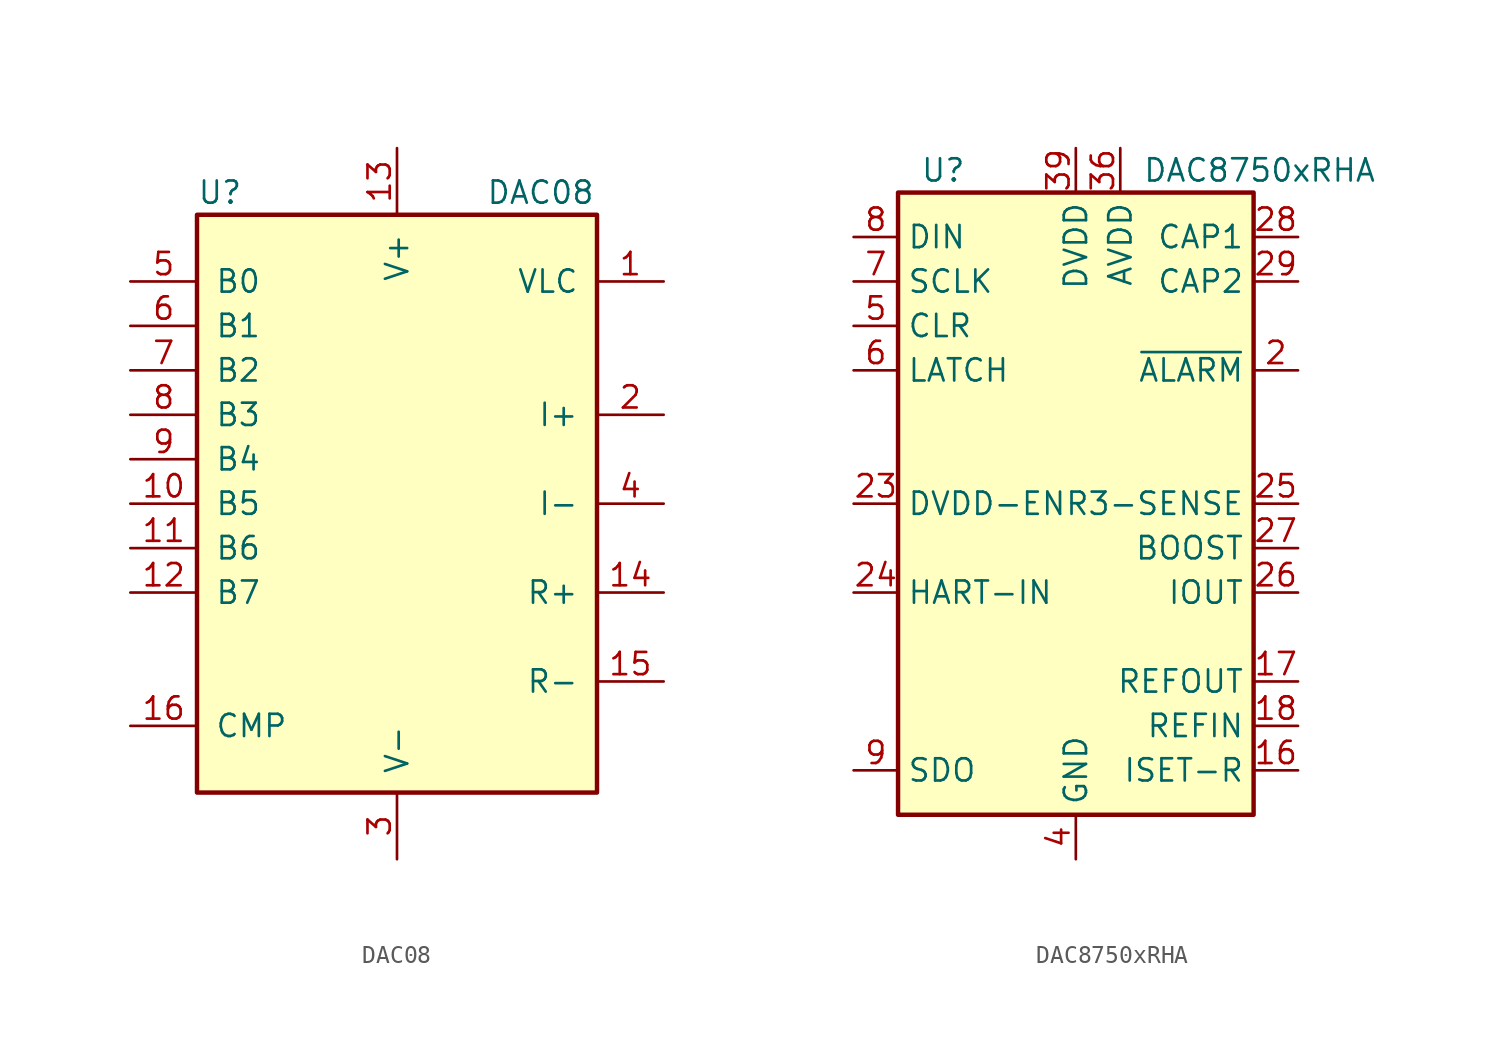
<source format=kicad_sym>
(kicad_symbol_lib
  (version 20201005)
  (generator kicad_symbol_editor)
  (symbol "DAC08"
    (pin_names
      (offset 1.016))
    (property "Reference" "U"
      (at -11.43 17.78 0)
      (effects (font (size 1.27 1.27)) (justify left)))
    (property "Value" "DAC08"
      (at 5.08 17.78 0)
      (effects (font (size 1.27 1.27)) (justify left)))
    (symbol "DAC08_0_1"
      (rectangle (start -11.43 -16.51) (end 11.43 16.51) (stroke (width 0.254)) (fill (type background))))
    (symbol "DAC08_1_1"
      (pin input line (at 15.24 12.7 180) (length 3.81) (name "VLC" (effects (font (size 1.27 1.27)))) (number "1" (effects (font (size 1.27 1.27)))))
      (pin input line (at -15.24 0 0) (length 3.81) (name "B5" (effects (font (size 1.27 1.27)))) (number "10" (effects (font (size 1.27 1.27)))))
      (pin input line (at -15.24 -2.54 0) (length 3.81) (name "B6" (effects (font (size 1.27 1.27)))) (number "11" (effects (font (size 1.27 1.27)))))
      (pin input line (at -15.24 -5.08 0) (length 3.81) (name "B7" (effects (font (size 1.27 1.27)))) (number "12" (effects (font (size 1.27 1.27)))))
      (pin power_in line (at 0 20.32 270) (length 3.81) (name "V+" (effects (font (size 1.27 1.27)))) (number "13" (effects (font (size 1.27 1.27)))))
      (pin input line (at 15.24 -5.08 180) (length 3.81) (name "R+" (effects (font (size 1.27 1.27)))) (number "14" (effects (font (size 1.27 1.27)))))
      (pin input line (at 15.24 -10.16 180) (length 3.81) (name "R-" (effects (font (size 1.27 1.27)))) (number "15" (effects (font (size 1.27 1.27)))))
      (pin input line (at -15.24 -12.7 0) (length 3.81) (name "CMP" (effects (font (size 1.27 1.27)))) (number "16" (effects (font (size 1.27 1.27)))))
      (pin output line (at 15.24 5.08 180) (length 3.81) (name "I+" (effects (font (size 1.27 1.27)))) (number "2" (effects (font (size 1.27 1.27)))))
      (pin power_in line (at 0 -20.32 90) (length 3.81) (name "V-" (effects (font (size 1.27 1.27)))) (number "3" (effects (font (size 1.27 1.27)))))
      (pin output line (at 15.24 0 180) (length 3.81) (name "I-" (effects (font (size 1.27 1.27)))) (number "4" (effects (font (size 1.27 1.27)))))
      (pin input line (at -15.24 12.7 0) (length 3.81) (name "B0" (effects (font (size 1.27 1.27)))) (number "5" (effects (font (size 1.27 1.27)))))
      (pin input line (at -15.24 10.16 0) (length 3.81) (name "B1" (effects (font (size 1.27 1.27)))) (number "6" (effects (font (size 1.27 1.27)))))
      (pin input line (at -15.24 7.62 0) (length 3.81) (name "B2" (effects (font (size 1.27 1.27)))) (number "7" (effects (font (size 1.27 1.27)))))
      (pin input line (at -15.24 5.08 0) (length 3.81) (name "B3" (effects (font (size 1.27 1.27)))) (number "8" (effects (font (size 1.27 1.27)))))
      (pin input line (at -15.24 2.54 0) (length 3.81) (name "B4" (effects (font (size 1.27 1.27)))) (number "9" (effects (font (size 1.27 1.27)))))))
  (symbol "DAC8750xRHA"
    (property "Reference" "U"
      (at -8.89 19.05 0)
      (effects (font (size 1.27 1.27)) (justify left)))
    (property "Value" "DAC8750xRHA"
      (at 3.81 19.05 0)
      (effects (font (size 1.27 1.27)) (justify left)))
    (symbol "DAC8750xRHA_1_1"
      (rectangle (start -10.16 17.78) (end 10.16 -17.78) (stroke (width 0.254)) (fill (type background)))
      (pin no_connect line (at -10.16 -2.54 0) (length 2.54) hide (name "NC" (effects (font (size 1.27 1.27)))) (number "1" (effects (font (size 1.27 1.27)))))
      (pin no_connect line (at -10.16 -12.7 0) (length 2.54) hide (name "NC" (effects (font (size 1.27 1.27)))) (number "10" (effects (font (size 1.27 1.27)))))
      (pin no_connect line (at -5.08 17.78 270) (length 2.54) hide (name "NC" (effects (font (size 1.27 1.27)))) (number "11" (effects (font (size 1.27 1.27)))))
      (pin passive line (at 0 -20.32 90) (length 2.54) hide (name "GND" (effects (font (size 1.27 1.27)))) (number "12" (effects (font (size 1.27 1.27)))))
      (pin passive line (at 0 -20.32 90) (length 2.54) hide (name "GND" (effects (font (size 1.27 1.27)))) (number "13" (effects (font (size 1.27 1.27)))))
      (pin passive line (at 0 -20.32 90) (length 2.54) hide (name "GND" (effects (font (size 1.27 1.27)))) (number "14" (effects (font (size 1.27 1.27)))))
      (pin passive line (at 0 -20.32 90) (length 2.54) hide (name "GND" (effects (font (size 1.27 1.27)))) (number "15" (effects (font (size 1.27 1.27)))))
      (pin passive line (at 12.7 -15.24 180) (length 2.54) (name "ISET-R" (effects (font (size 1.27 1.27)))) (number "16" (effects (font (size 1.27 1.27)))))
      (pin output line (at 12.7 -10.16 180) (length 2.54) (name "REFOUT" (effects (font (size 1.27 1.27)))) (number "17" (effects (font (size 1.27 1.27)))))
      (pin input line (at 12.7 -12.7 180) (length 2.54) (name "REFIN" (effects (font (size 1.27 1.27)))) (number "18" (effects (font (size 1.27 1.27)))))
      (pin no_connect line (at 10.16 -7.62 180) (length 2.54) hide (name "NC" (effects (font (size 1.27 1.27)))) (number "19" (effects (font (size 1.27 1.27)))))
      (pin open_collector line (at 12.7 7.62 180) (length 2.54) (name "~ALARM" (effects (font (size 1.27 1.27)))) (number "2" (effects (font (size 1.27 1.27)))))
      (pin no_connect line (at 10.16 10.16 180) (length 2.54) hide (name "NC" (effects (font (size 1.27 1.27)))) (number "20" (effects (font (size 1.27 1.27)))))
      (pin no_connect line (at -10.16 2.54 0) (length 2.54) hide (name "NC" (effects (font (size 1.27 1.27)))) (number "21" (effects (font (size 1.27 1.27)))))
      (pin no_connect line (at -2.54 17.78 270) (length 2.54) hide (name "NC" (effects (font (size 1.27 1.27)))) (number "22" (effects (font (size 1.27 1.27)))))
      (pin input line (at -12.7 0 0) (length 2.54) (name "DVDD-EN" (effects (font (size 1.27 1.27)))) (number "23" (effects (font (size 1.27 1.27)))))
      (pin input line (at -12.7 -5.08 0) (length 2.54) (name "HART-IN" (effects (font (size 1.27 1.27)))) (number "24" (effects (font (size 1.27 1.27)))))
      (pin output line (at 12.7 0 180) (length 2.54) (name "R3-SENSE" (effects (font (size 1.27 1.27)))) (number "25" (effects (font (size 1.27 1.27)))))
      (pin output line (at 12.7 -5.08 180) (length 2.54) (name "IOUT" (effects (font (size 1.27 1.27)))) (number "26" (effects (font (size 1.27 1.27)))))
      (pin output line (at 12.7 -2.54 180) (length 2.54) (name "BOOST" (effects (font (size 1.27 1.27)))) (number "27" (effects (font (size 1.27 1.27)))))
      (pin passive line (at 12.7 15.24 180) (length 2.54) (name "CAP1" (effects (font (size 1.27 1.27)))) (number "28" (effects (font (size 1.27 1.27)))))
      (pin passive line (at 12.7 12.7 180) (length 2.54) (name "CAP2" (effects (font (size 1.27 1.27)))) (number "29" (effects (font (size 1.27 1.27)))))
      (pin passive line (at 0 -20.32 90) (length 2.54) hide (name "GND" (effects (font (size 1.27 1.27)))) (number "3" (effects (font (size 1.27 1.27)))))
      (pin no_connect line (at -5.08 -17.78 90) (length 2.54) hide (name "NC" (effects (font (size 1.27 1.27)))) (number "30" (effects (font (size 1.27 1.27)))))
      (pin no_connect line (at -2.54 -17.78 90) (length 2.54) hide (name "NC" (effects (font (size 1.27 1.27)))) (number "31" (effects (font (size 1.27 1.27)))))
      (pin no_connect line (at 2.54 -17.78 90) (length 2.54) hide (name "NC" (effects (font (size 1.27 1.27)))) (number "32" (effects (font (size 1.27 1.27)))))
      (pin no_connect line (at 5.08 -17.78 90) (length 2.54) hide (name "NC" (effects (font (size 1.27 1.27)))) (number "33" (effects (font (size 1.27 1.27)))))
      (pin no_connect line (at 10.16 2.54 180) (length 2.54) hide (name "NC" (effects (font (size 1.27 1.27)))) (number "34" (effects (font (size 1.27 1.27)))))
      (pin no_connect line (at 10.16 5.08 180) (length 2.54) hide (name "NC" (effects (font (size 1.27 1.27)))) (number "35" (effects (font (size 1.27 1.27)))))
      (pin power_in line (at 2.54 20.32 270) (length 2.54) (name "AVDD" (effects (font (size 1.27 1.27)))) (number "36" (effects (font (size 1.27 1.27)))))
      (pin passive line (at 0 -20.32 90) (length 2.54) hide (name "GND" (effects (font (size 1.27 1.27)))) (number "37" (effects (font (size 1.27 1.27)))))
      (pin no_connect line (at -10.16 -10.16 0) (length 2.54) hide (name "NC" (effects (font (size 1.27 1.27)))) (number "38" (effects (font (size 1.27 1.27)))))
      (pin power_in line (at 0 20.32 270) (length 2.54) (name "DVDD" (effects (font (size 1.27 1.27)))) (number "39" (effects (font (size 1.27 1.27)))))
      (pin power_in line (at 0 -20.32 90) (length 2.54) (name "GND" (effects (font (size 1.27 1.27)))) (number "4" (effects (font (size 1.27 1.27)))))
      (pin no_connect line (at -10.16 -7.62 0) (length 2.54) hide (name "NC" (effects (font (size 1.27 1.27)))) (number "40" (effects (font (size 1.27 1.27)))))
      (pin passive line (at 0 -20.32 90) (length 2.54) hide (name "GND" (effects (font (size 1.27 1.27)))) (number "41" (effects (font (size 1.27 1.27)))))
      (pin input line (at -12.7 10.16 0) (length 2.54) (name "CLR" (effects (font (size 1.27 1.27)))) (number "5" (effects (font (size 1.27 1.27)))))
      (pin input line (at -12.7 7.62 0) (length 2.54) (name "LATCH" (effects (font (size 1.27 1.27)))) (number "6" (effects (font (size 1.27 1.27)))))
      (pin input line (at -12.7 12.7 0) (length 2.54) (name "SCLK" (effects (font (size 1.27 1.27)))) (number "7" (effects (font (size 1.27 1.27)))))
      (pin input line (at -12.7 15.24 0) (length 2.54) (name "DIN" (effects (font (size 1.27 1.27)))) (number "8" (effects (font (size 1.27 1.27)))))
      (pin output line (at -12.7 -15.24 0) (length 2.54) (name "SDO" (effects (font (size 1.27 1.27)))) (number "9" (effects (font (size 1.27 1.27))))))))
</source>
